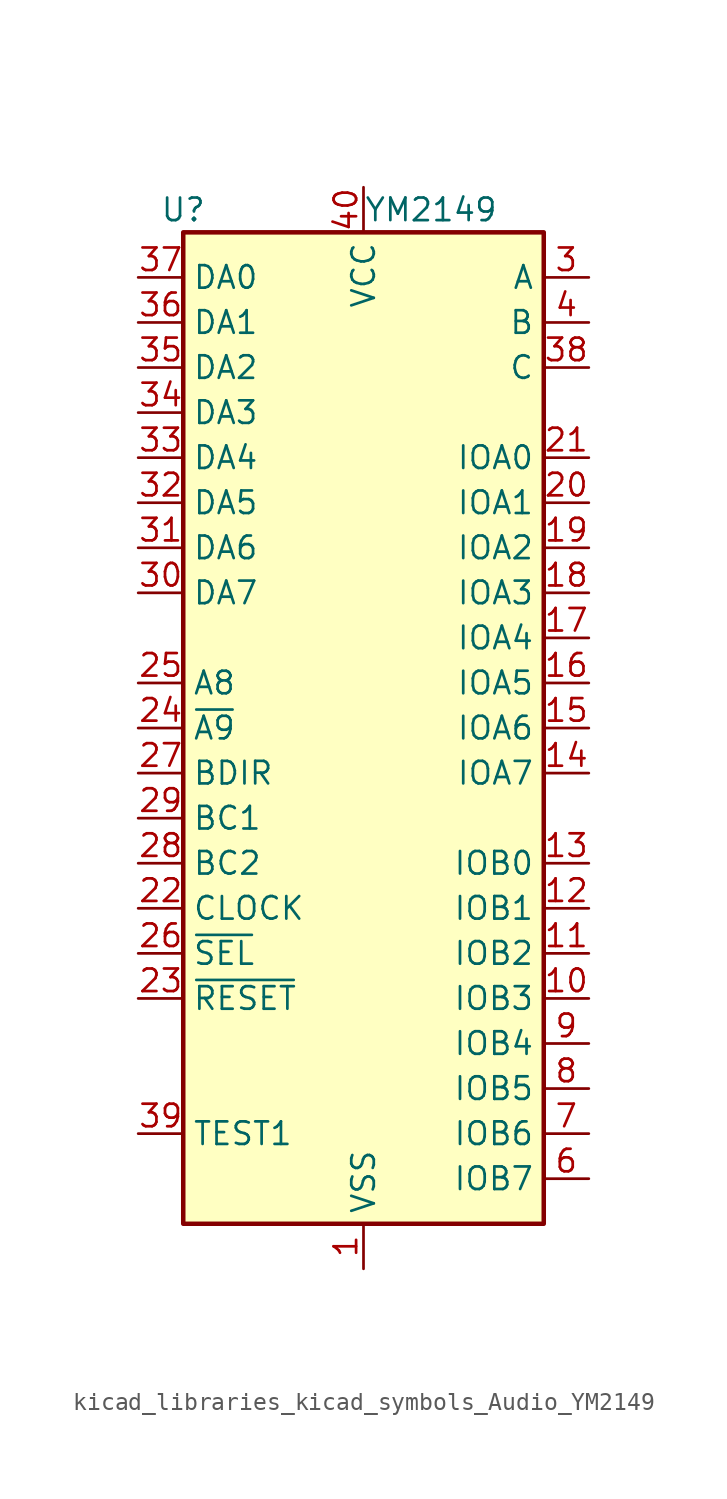
<source format=kicad_sym>
(kicad_symbol_lib
  (version 20220914)
  (generator kicad_symbol_editor)
  (symbol "kicad_libraries_kicad_symbols_Audio_YM2149"
    (property "Reference" "U"
      (at -10.16 29.21 0)
      (effects (font (size 1.27 1.27))))
    (property "Value" "YM2149"
      (at 3.81 29.21 0)
      (effects (font (size 1.27 1.27))))
    (symbol "kicad_libraries_kicad_symbols_Audio_YM2149_0_1"
      (rectangle (start -10.16 27.94) (end 10.16 -27.94) (stroke (width 0.254) (type default)) (fill (type background))))
    (symbol "kicad_libraries_kicad_symbols_Audio_YM2149_1_1"
      (pin power_in line (at 0 -30.48 90) (length 2.54) (name "VSS" (effects (font (size 1.27 1.27)))) (number "1" (effects (font (size 1.27 1.27)))))
      (pin bidirectional line (at 12.7 -15.24 180) (length 2.54) (name "IOB3" (effects (font (size 1.27 1.27)))) (number "10" (effects (font (size 1.27 1.27)))))
      (pin bidirectional line (at 12.7 -12.7 180) (length 2.54) (name "IOB2" (effects (font (size 1.27 1.27)))) (number "11" (effects (font (size 1.27 1.27)))))
      (pin bidirectional line (at 12.7 -10.16 180) (length 2.54) (name "IOB1" (effects (font (size 1.27 1.27)))) (number "12" (effects (font (size 1.27 1.27)))))
      (pin bidirectional line (at 12.7 -7.62 180) (length 2.54) (name "IOB0" (effects (font (size 1.27 1.27)))) (number "13" (effects (font (size 1.27 1.27)))))
      (pin bidirectional line (at 12.7 -2.54 180) (length 2.54) (name "IOA7" (effects (font (size 1.27 1.27)))) (number "14" (effects (font (size 1.27 1.27)))))
      (pin bidirectional line (at 12.7 0 180) (length 2.54) (name "IOA6" (effects (font (size 1.27 1.27)))) (number "15" (effects (font (size 1.27 1.27)))))
      (pin bidirectional line (at 12.7 2.54 180) (length 2.54) (name "IOA5" (effects (font (size 1.27 1.27)))) (number "16" (effects (font (size 1.27 1.27)))))
      (pin bidirectional line (at 12.7 5.08 180) (length 2.54) (name "IOA4" (effects (font (size 1.27 1.27)))) (number "17" (effects (font (size 1.27 1.27)))))
      (pin bidirectional line (at 12.7 7.62 180) (length 2.54) (name "IOA3" (effects (font (size 1.27 1.27)))) (number "18" (effects (font (size 1.27 1.27)))))
      (pin bidirectional line (at 12.7 10.16 180) (length 2.54) (name "IOA2" (effects (font (size 1.27 1.27)))) (number "19" (effects (font (size 1.27 1.27)))))
      (pin no_connect line (at -10.16 -17.78 0) (length 2.54) hide (name "NC" (effects (font (size 1.27 1.27)))) (number "2" (effects (font (size 1.27 1.27)))))
      (pin bidirectional line (at 12.7 12.7 180) (length 2.54) (name "IOA1" (effects (font (size 1.27 1.27)))) (number "20" (effects (font (size 1.27 1.27)))))
      (pin bidirectional line (at 12.7 15.24 180) (length 2.54) (name "IOA0" (effects (font (size 1.27 1.27)))) (number "21" (effects (font (size 1.27 1.27)))))
      (pin input line (at -12.7 -10.16 0) (length 2.54) (name "CLOCK" (effects (font (size 1.27 1.27)))) (number "22" (effects (font (size 1.27 1.27)))))
      (pin input line (at -12.7 -15.24 0) (length 2.54) (name "~{RESET}" (effects (font (size 1.27 1.27)))) (number "23" (effects (font (size 1.27 1.27)))))
      (pin input line (at -12.7 0 0) (length 2.54) (name "~{A9}" (effects (font (size 1.27 1.27)))) (number "24" (effects (font (size 1.27 1.27)))))
      (pin input line (at -12.7 2.54 0) (length 2.54) (name "A8" (effects (font (size 1.27 1.27)))) (number "25" (effects (font (size 1.27 1.27)))))
      (pin input line (at -12.7 -12.7 0) (length 2.54) (name "~{SEL}" (effects (font (size 1.27 1.27)))) (number "26" (effects (font (size 1.27 1.27)))))
      (pin input line (at -12.7 -2.54 0) (length 2.54) (name "BDIR" (effects (font (size 1.27 1.27)))) (number "27" (effects (font (size 1.27 1.27)))))
      (pin input line (at -12.7 -7.62 0) (length 2.54) (name "BC2" (effects (font (size 1.27 1.27)))) (number "28" (effects (font (size 1.27 1.27)))))
      (pin input line (at -12.7 -5.08 0) (length 2.54) (name "BC1" (effects (font (size 1.27 1.27)))) (number "29" (effects (font (size 1.27 1.27)))))
      (pin output line (at 12.7 25.4 180) (length 2.54) (name "A" (effects (font (size 1.27 1.27)))) (number "3" (effects (font (size 1.27 1.27)))))
      (pin bidirectional line (at -12.7 7.62 0) (length 2.54) (name "DA7" (effects (font (size 1.27 1.27)))) (number "30" (effects (font (size 1.27 1.27)))))
      (pin bidirectional line (at -12.7 10.16 0) (length 2.54) (name "DA6" (effects (font (size 1.27 1.27)))) (number "31" (effects (font (size 1.27 1.27)))))
      (pin bidirectional line (at -12.7 12.7 0) (length 2.54) (name "DA5" (effects (font (size 1.27 1.27)))) (number "32" (effects (font (size 1.27 1.27)))))
      (pin bidirectional line (at -12.7 15.24 0) (length 2.54) (name "DA4" (effects (font (size 1.27 1.27)))) (number "33" (effects (font (size 1.27 1.27)))))
      (pin bidirectional line (at -12.7 17.78 0) (length 2.54) (name "DA3" (effects (font (size 1.27 1.27)))) (number "34" (effects (font (size 1.27 1.27)))))
      (pin bidirectional line (at -12.7 20.32 0) (length 2.54) (name "DA2" (effects (font (size 1.27 1.27)))) (number "35" (effects (font (size 1.27 1.27)))))
      (pin bidirectional line (at -12.7 22.86 0) (length 2.54) (name "DA1" (effects (font (size 1.27 1.27)))) (number "36" (effects (font (size 1.27 1.27)))))
      (pin bidirectional line (at -12.7 25.4 0) (length 2.54) (name "DA0" (effects (font (size 1.27 1.27)))) (number "37" (effects (font (size 1.27 1.27)))))
      (pin output line (at 12.7 20.32 180) (length 2.54) (name "C" (effects (font (size 1.27 1.27)))) (number "38" (effects (font (size 1.27 1.27)))))
      (pin passive line (at -12.7 -22.86 0) (length 2.54) (name "TEST1" (effects (font (size 1.27 1.27)))) (number "39" (effects (font (size 1.27 1.27)))))
      (pin output line (at 12.7 22.86 180) (length 2.54) (name "B" (effects (font (size 1.27 1.27)))) (number "4" (effects (font (size 1.27 1.27)))))
      (pin power_in line (at 0 30.48 270) (length 2.54) (name "VCC" (effects (font (size 1.27 1.27)))) (number "40" (effects (font (size 1.27 1.27)))))
      (pin no_connect line (at -10.16 -20.32 0) (length 2.54) hide (name "NC" (effects (font (size 1.27 1.27)))) (number "5" (effects (font (size 1.27 1.27)))))
      (pin bidirectional line (at 12.7 -25.4 180) (length 2.54) (name "IOB7" (effects (font (size 1.27 1.27)))) (number "6" (effects (font (size 1.27 1.27)))))
      (pin bidirectional line (at 12.7 -22.86 180) (length 2.54) (name "IOB6" (effects (font (size 1.27 1.27)))) (number "7" (effects (font (size 1.27 1.27)))))
      (pin bidirectional line (at 12.7 -20.32 180) (length 2.54) (name "IOB5" (effects (font (size 1.27 1.27)))) (number "8" (effects (font (size 1.27 1.27)))))
      (pin bidirectional line (at 12.7 -17.78 180) (length 2.54) (name "IOB4" (effects (font (size 1.27 1.27)))) (number "9" (effects (font (size 1.27 1.27))))))))
</source>
